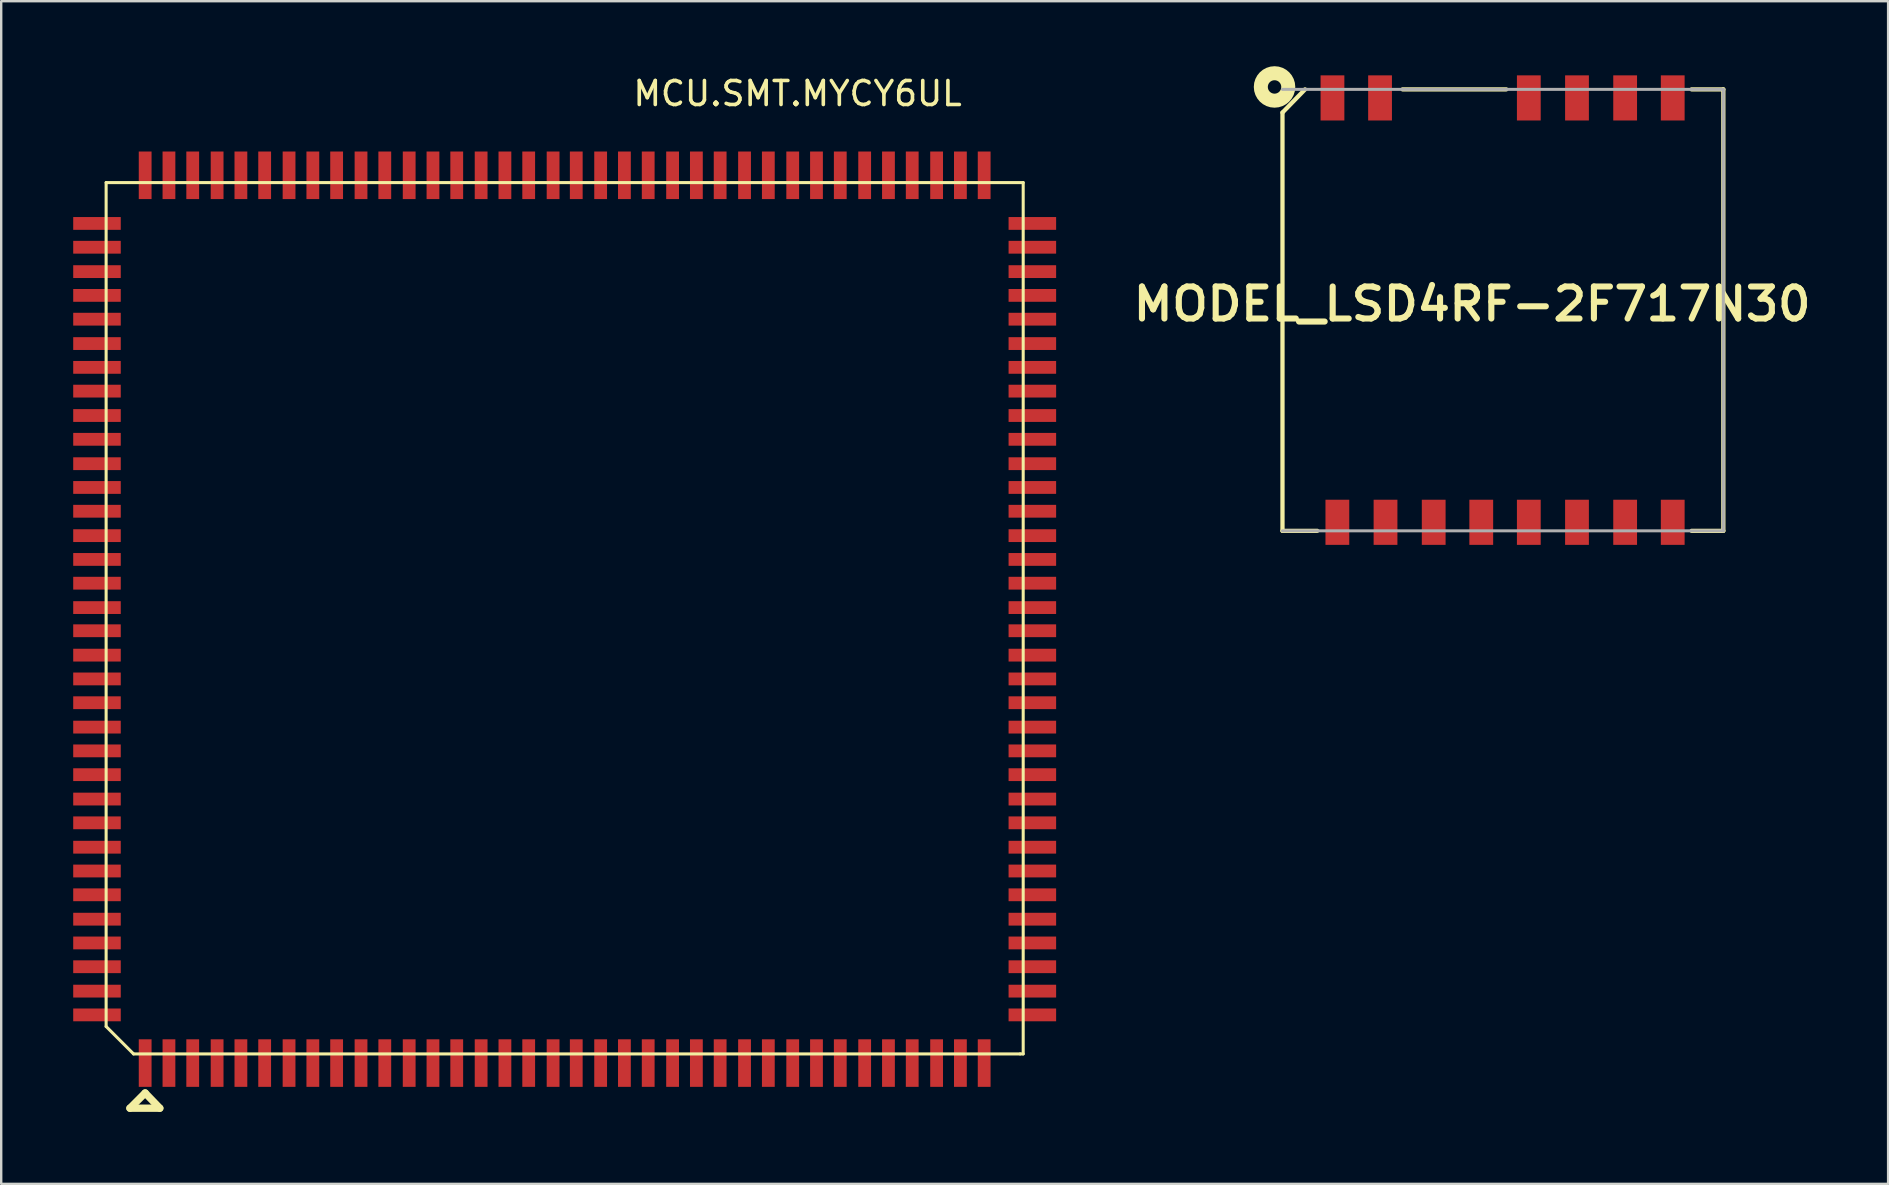
<source format=kicad_pcb>
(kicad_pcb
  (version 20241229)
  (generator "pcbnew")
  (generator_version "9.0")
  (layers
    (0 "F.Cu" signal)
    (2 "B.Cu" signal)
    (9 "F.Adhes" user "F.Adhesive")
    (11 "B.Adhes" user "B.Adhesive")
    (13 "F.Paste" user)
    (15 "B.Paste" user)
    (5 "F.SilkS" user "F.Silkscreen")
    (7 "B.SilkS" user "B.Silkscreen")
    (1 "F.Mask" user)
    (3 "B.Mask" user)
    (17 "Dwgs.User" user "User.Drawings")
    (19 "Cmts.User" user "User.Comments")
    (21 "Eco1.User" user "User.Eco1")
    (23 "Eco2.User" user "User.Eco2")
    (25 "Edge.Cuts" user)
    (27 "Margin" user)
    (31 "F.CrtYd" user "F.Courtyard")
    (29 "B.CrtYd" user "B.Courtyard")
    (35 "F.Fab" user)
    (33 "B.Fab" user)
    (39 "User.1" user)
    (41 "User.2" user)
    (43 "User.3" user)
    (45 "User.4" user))
  (footprint "MODEL_LSD4RF-2F717N30"
    (layer "F.Cu")
    (at 59.543 9.868)
    (property "Reference" "MODEL_LSD4RF-2F717N30" (at -1.27 -0.254 0) (unlocked yes) (layer "F.SilkS") (effects (font (size 1.333 1.402) (thickness 0.254))))
    (attr smd)
    (fp_line (start -9.169 -8.23) (end -8.23 -9.195) (stroke (width 0.178) (type solid)) (layer "F.SilkS"))
    (fp_line (start -9.169 9.195) (end -9.169 -8.23) (stroke (width 0.178) (type solid)) (layer "F.SilkS"))
    (fp_line (start -9.169 9.195) (end -7.722 9.195) (stroke (width 0.178) (type solid)) (layer "F.SilkS"))
    (fp_line (start -4.166 -9.195) (end 0.152 -9.195) (stroke (width 0.178) (type solid)) (layer "F.SilkS"))
    (fp_line (start 7.874 -9.195) (end 9.195 -9.195) (stroke (width 0.178) (type solid)) (layer "F.SilkS"))
    (fp_line (start 7.874 9.195) (end 9.195 9.195) (stroke (width 0.178) (type solid)) (layer "F.SilkS"))
    (fp_line (start 9.195 9.195) (end 9.195 -9.195) (stroke (width 0.178) (type solid)) (layer "F.SilkS"))
    (fp_circle (center -9.5 -9.296) (end -9.22 -9.296) (stroke (width 0.584) (type solid)) (fill no) (layer "F.SilkS"))
    (fp_line (start -9.169 -9.195) (end 9.195 -9.195) (stroke (width 0.127) (type solid)) (layer "F.Fab"))
    (fp_line (start -9.169 9.195) (end 9.195 9.195) (stroke (width 0.127) (type solid)) (layer "F.Fab"))
    (fp_line (start 9.195 9.195) (end 9.195 -9.195) (stroke (width 0.127) (type solid)) (layer "F.Fab"))
    (pad "1" smd rect (at -6.883 8.839) (size 0.991 1.88) (layers "F.Cu" "F.Mask" "F.Paste"))
    (pad "2" smd rect (at -4.877 8.839) (size 0.991 1.88) (layers "F.Cu" "F.Mask" "F.Paste"))
    (pad "3" smd rect (at -2.87 8.839) (size 0.991 1.88) (layers "F.Cu" "F.Mask" "F.Paste"))
    (pad "4" smd rect (at -0.889 8.839) (size 0.991 1.88) (layers "F.Cu" "F.Mask" "F.Paste"))
    (pad "5" smd rect (at 1.092 8.839) (size 0.991 1.88) (layers "F.Cu" "F.Mask" "F.Paste"))
    (pad "6" smd rect (at 3.099 8.839) (size 0.991 1.88) (layers "F.Cu" "F.Mask" "F.Paste"))
    (pad "7" smd rect (at 5.105 8.839) (size 0.991 1.88) (layers "F.Cu" "F.Mask" "F.Paste"))
    (pad "8" smd rect (at 7.087 8.839) (size 0.991 1.88) (layers "F.Cu" "F.Mask" "F.Paste"))
    (pad "9" smd rect (at 7.087 -8.839) (size 0.991 1.88) (layers "F.Cu" "F.Mask" "F.Paste"))
    (pad "10" smd rect (at 5.105 -8.839) (size 0.991 1.88) (layers "F.Cu" "F.Mask" "F.Paste"))
    (pad "11" smd rect (at 3.099 -8.839) (size 0.991 1.88) (layers "F.Cu" "F.Mask" "F.Paste"))
    (pad "12" smd rect (at 1.092 -8.839) (size 0.991 1.88) (layers "F.Cu" "F.Mask" "F.Paste"))
    (pad "13" smd rect (at -5.105 -8.839) (size 0.991 1.88) (layers "F.Cu" "F.Mask" "F.Paste"))
    (pad "14" smd rect (at -7.087 -8.839) (size 0.991 1.88) (layers "F.Cu" "F.Mask" "F.Paste")))
  (footprint "MCU.SMT.MYCY6UL"
    (layer "F.Cu")
    (at 20.777 21.168)
    (property "Reference" "MCU.SMT.MYCY6UL" (at 9.398 -20.32 0) (layer "F.SilkS") (effects (font (size 1 1) (thickness 0.15))))
    (attr through_hole)
    (fp_line (start -19.406 -16.612) (end 18.796 -16.612) (stroke (width 0.127) (type solid)) (layer "F.SilkS"))
    (fp_line (start -19.406 18.542) (end -19.406 -16.612) (stroke (width 0.127) (type solid)) (layer "F.SilkS"))
    (fp_line (start -19.406 18.542) (end -18.263 19.685) (stroke (width 0.127) (type solid)) (layer "F.SilkS"))
    (fp_line (start -18.415 21.946) (end -17.78 21.311) (stroke (width 0.305) (type solid)) (layer "F.SilkS"))
    (fp_line (start -18.415 21.946) (end -17.17 21.946) (stroke (width 0.305) (type solid)) (layer "F.SilkS"))
    (fp_line (start -18.263 19.685) (end 18.669 19.685) (stroke (width 0.127) (type solid)) (layer "F.SilkS"))
    (fp_line (start -17.78 21.311) (end -17.17 21.946) (stroke (width 0.305) (type solid)) (layer "F.SilkS"))
    (fp_line (start 18.669 19.685) (end 18.796 19.685) (stroke (width 0.127) (type solid)) (layer "F.SilkS"))
    (fp_line (start 18.796 19.685) (end 18.796 -16.612) (stroke (width 0.127) (type solid)) (layer "F.SilkS"))
    (pad "1" smd rect (at -17.78 20.066 180) (size 0.533 1.981) (layers "F.Cu" "F.Mask" "F.Paste"))
    (pad "2" smd rect (at -16.789 20.066 180) (size 0.533 1.981) (layers "F.Cu" "F.Mask" "F.Paste"))
    (pad "3" smd rect (at -15.799 20.066 180) (size 0.533 1.981) (layers "F.Cu" "F.Mask" "F.Paste"))
    (pad "4" smd rect (at -14.783 20.066 180) (size 0.533 1.981) (layers "F.Cu" "F.Mask" "F.Paste"))
    (pad "5" smd rect (at -13.792 20.066 180) (size 0.533 1.981) (layers "F.Cu" "F.Mask" "F.Paste"))
    (pad "6" smd rect (at -12.802 20.066 180) (size 0.533 1.981) (layers "F.Cu" "F.Mask" "F.Paste"))
    (pad "7" smd rect (at -11.786 20.066 180) (size 0.533 1.981) (layers "F.Cu" "F.Mask" "F.Paste"))
    (pad "8" smd rect (at -10.795 20.066 180) (size 0.533 1.981) (layers "F.Cu" "F.Mask" "F.Paste"))
    (pad "9" smd rect (at -9.804 20.066 180) (size 0.533 1.981) (layers "F.Cu" "F.Mask" "F.Paste"))
    (pad "10" smd rect (at -8.788 20.066 180) (size 0.533 1.981) (layers "F.Cu" "F.Mask" "F.Paste"))
    (pad "11" smd rect (at -7.798 20.066 180) (size 0.533 1.981) (layers "F.Cu" "F.Mask" "F.Paste"))
    (pad "12" smd rect (at -6.782 20.066 180) (size 0.533 1.981) (layers "F.Cu" "F.Mask" "F.Paste"))
    (pad "13" smd rect (at -5.791 20.066 180) (size 0.533 1.981) (layers "F.Cu" "F.Mask" "F.Paste"))
    (pad "14" smd rect (at -4.801 20.066 180) (size 0.533 1.981) (layers "F.Cu" "F.Mask" "F.Paste"))
    (pad "15" smd rect (at -3.785 20.066 180) (size 0.533 1.981) (layers "F.Cu" "F.Mask" "F.Paste"))
    (pad "16" smd rect (at -2.794 20.066 180) (size 0.533 1.981) (layers "F.Cu" "F.Mask" "F.Paste"))
    (pad "17" smd rect (at -1.803 20.066 180) (size 0.533 1.981) (layers "F.Cu" "F.Mask" "F.Paste"))
    (pad "18" smd rect (at -0.787 20.066 180) (size 0.533 1.981) (layers "F.Cu" "F.Mask" "F.Paste"))
    (pad "19" smd rect (at 0.178 20.066 180) (size 0.533 1.981) (layers "F.Cu" "F.Mask" "F.Paste"))
    (pad "20" smd rect (at 1.194 20.066 180) (size 0.533 1.981) (layers "F.Cu" "F.Mask" "F.Paste"))
    (pad "21" smd rect (at 2.184 20.066 180) (size 0.533 1.981) (layers "F.Cu" "F.Mask" "F.Paste"))
    (pad "22" smd rect (at 3.175 20.066 180) (size 0.533 1.981) (layers "F.Cu" "F.Mask" "F.Paste"))
    (pad "23" smd rect (at 4.191 20.066 180) (size 0.533 1.981) (layers "F.Cu" "F.Mask" "F.Paste"))
    (pad "24" smd rect (at 5.182 20.066 180) (size 0.533 1.981) (layers "F.Cu" "F.Mask" "F.Paste"))
    (pad "25" smd rect (at 6.172 20.066 180) (size 0.533 1.981) (layers "F.Cu" "F.Mask" "F.Paste"))
    (pad "26" smd rect (at 7.188 20.066 180) (size 0.533 1.981) (layers "F.Cu" "F.Mask" "F.Paste"))
    (pad "27" smd rect (at 8.179 20.066 180) (size 0.533 1.981) (layers "F.Cu" "F.Mask" "F.Paste"))
    (pad "28" smd rect (at 9.195 20.066 180) (size 0.533 1.981) (layers "F.Cu" "F.Mask" "F.Paste"))
    (pad "29" smd rect (at 10.185 20.066 180) (size 0.533 1.981) (layers "F.Cu" "F.Mask" "F.Paste"))
    (pad "30" smd rect (at 11.176 20.066 180) (size 0.533 1.981) (layers "F.Cu" "F.Mask" "F.Paste"))
    (pad "31" smd rect (at 12.192 20.066 180) (size 0.533 1.981) (layers "F.Cu" "F.Mask" "F.Paste"))
    (pad "32" smd rect (at 13.183 20.066 180) (size 0.533 1.981) (layers "F.Cu" "F.Mask" "F.Paste"))
    (pad "33" smd rect (at 14.173 20.066 180) (size 0.533 1.981) (layers "F.Cu" "F.Mask" "F.Paste"))
    (pad "34" smd rect (at 15.189 20.066 180) (size 0.533 1.981) (layers "F.Cu" "F.Mask" "F.Paste"))
    (pad "35" smd rect (at 16.18 20.066 180) (size 0.533 1.981) (layers "F.Cu" "F.Mask" "F.Paste"))
    (pad "36" smd rect (at 17.17 20.066 180) (size 0.533 1.981) (layers "F.Cu" "F.Mask" "F.Paste"))
    (pad "37" smd rect (at 19.177 18.059 270) (size 0.533 1.981) (layers "F.Cu" "F.Mask" "F.Paste"))
    (pad "38" smd rect (at 19.177 17.069 270) (size 0.533 1.981) (layers "F.Cu" "F.Mask" "F.Paste"))
    (pad "39" smd rect (at 19.177 16.053 270) (size 0.533 1.981) (layers "F.Cu" "F.Mask" "F.Paste"))
    (pad "40" smd rect (at 19.177 15.062 270) (size 0.533 1.981) (layers "F.Cu" "F.Mask" "F.Paste"))
    (pad "41" smd rect (at 19.177 14.072 270) (size 0.533 1.981) (layers "F.Cu" "F.Mask" "F.Paste"))
    (pad "42" smd rect (at 19.177 13.056 270) (size 0.533 1.981) (layers "F.Cu" "F.Mask" "F.Paste"))
    (pad "43" smd rect (at 19.177 12.065 270) (size 0.533 1.981) (layers "F.Cu" "F.Mask" "F.Paste"))
    (pad "44" smd rect (at 19.177 11.074 270) (size 0.533 1.981) (layers "F.Cu" "F.Mask" "F.Paste"))
    (pad "45" smd rect (at 19.177 10.058 270) (size 0.533 1.981) (layers "F.Cu" "F.Mask" "F.Paste"))
    (pad "46" smd rect (at 19.177 9.068 270) (size 0.533 1.981) (layers "F.Cu" "F.Mask" "F.Paste"))
    (pad "47" smd rect (at 19.177 8.052 270) (size 0.533 1.981) (layers "F.Cu" "F.Mask" "F.Paste"))
    (pad "48" smd rect (at 19.177 7.061 270) (size 0.533 1.981) (layers "F.Cu" "F.Mask" "F.Paste"))
    (pad "49" smd rect (at 19.177 6.071 270) (size 0.533 1.981) (layers "F.Cu" "F.Mask" "F.Paste"))
    (pad "50" smd rect (at 19.177 5.055 270) (size 0.533 1.981) (layers "F.Cu" "F.Mask" "F.Paste"))
    (pad "51" smd rect (at 19.177 4.064 270) (size 0.533 1.981) (layers "F.Cu" "F.Mask" "F.Paste"))
    (pad "52" smd rect (at 19.177 3.073 270) (size 0.533 1.981) (layers "F.Cu" "F.Mask" "F.Paste"))
    (pad "53" smd rect (at 19.177 2.057 270) (size 0.533 1.981) (layers "F.Cu" "F.Mask" "F.Paste"))
    (pad "54" smd rect (at 19.177 1.092 270) (size 0.533 1.981) (layers "F.Cu" "F.Mask" "F.Paste"))
    (pad "55" smd rect (at 19.177 0.076 270) (size 0.533 1.981) (layers "F.Cu" "F.Mask" "F.Paste"))
    (pad "56" smd rect (at 19.177 -0.914 270) (size 0.533 1.981) (layers "F.Cu" "F.Mask" "F.Paste"))
    (pad "57" smd rect (at 19.177 -1.905 270) (size 0.533 1.981) (layers "F.Cu" "F.Mask" "F.Paste"))
    (pad "58" smd rect (at 19.177 -2.921 270) (size 0.533 1.981) (layers "F.Cu" "F.Mask" "F.Paste"))
    (pad "59" smd rect (at 19.177 -3.912 270) (size 0.533 1.981) (layers "F.Cu" "F.Mask" "F.Paste"))
    (pad "60" smd rect (at 19.177 -4.902 270) (size 0.533 1.981) (layers "F.Cu" "F.Mask" "F.Paste"))
    (pad "61" smd rect (at 19.177 -5.918 270) (size 0.533 1.981) (layers "F.Cu" "F.Mask" "F.Paste"))
    (pad "62" smd rect (at 19.177 -6.909 270) (size 0.533 1.981) (layers "F.Cu" "F.Mask" "F.Paste"))
    (pad "63" smd rect (at 19.177 -7.925 270) (size 0.533 1.981) (layers "F.Cu" "F.Mask" "F.Paste"))
    (pad "64" smd rect (at 19.177 -8.915 270) (size 0.533 1.981) (layers "F.Cu" "F.Mask" "F.Paste"))
    (pad "65" smd rect (at 19.177 -9.906 270) (size 0.533 1.981) (layers "F.Cu" "F.Mask" "F.Paste"))
    (pad "66" smd rect (at 19.177 -10.922 270) (size 0.533 1.981) (layers "F.Cu" "F.Mask" "F.Paste"))
    (pad "67" smd rect (at 19.177 -11.913 270) (size 0.533 1.981) (layers "F.Cu" "F.Mask" "F.Paste"))
    (pad "68" smd rect (at 19.177 -12.903 270) (size 0.533 1.981) (layers "F.Cu" "F.Mask" "F.Paste"))
    (pad "69" smd rect (at 19.177 -13.919 270) (size 0.533 1.981) (layers "F.Cu" "F.Mask" "F.Paste"))
    (pad "70" smd rect (at 19.177 -14.91 270) (size 0.533 1.981) (layers "F.Cu" "F.Mask" "F.Paste"))
    (pad "71" smd rect (at 17.17 -16.916 180) (size 0.533 1.981) (layers "F.Cu" "F.Mask" "F.Paste"))
    (pad "72" smd rect (at 16.18 -16.916 180) (size 0.533 1.981) (layers "F.Cu" "F.Mask" "F.Paste"))
    (pad "73" smd rect (at 15.189 -16.916 180) (size 0.533 1.981) (layers "F.Cu" "F.Mask" "F.Paste"))
    (pad "74" smd rect (at 14.173 -16.916 180) (size 0.533 1.981) (layers "F.Cu" "F.Mask" "F.Paste"))
    (pad "75" smd rect (at 13.183 -16.916 180) (size 0.533 1.981) (layers "F.Cu" "F.Mask" "F.Paste"))
    (pad "76" smd rect (at 12.192 -16.916 180) (size 0.533 1.981) (layers "F.Cu" "F.Mask" "F.Paste"))
    (pad "77" smd rect (at 11.176 -16.916 180) (size 0.533 1.981) (layers "F.Cu" "F.Mask" "F.Paste"))
    (pad "78" smd rect (at 10.185 -16.916 180) (size 0.533 1.981) (layers "F.Cu" "F.Mask" "F.Paste"))
    (pad "79" smd rect (at 9.195 -16.916 180) (size 0.533 1.981) (layers "F.Cu" "F.Mask" "F.Paste"))
    (pad "80" smd rect (at 8.179 -16.916 180) (size 0.533 1.981) (layers "F.Cu" "F.Mask" "F.Paste"))
    (pad "81" smd rect (at 7.188 -16.916 180) (size 0.533 1.981) (layers "F.Cu" "F.Mask" "F.Paste"))
    (pad "82" smd rect (at 6.172 -16.916 180) (size 0.533 1.981) (layers "F.Cu" "F.Mask" "F.Paste"))
    (pad "83" smd rect (at 5.182 -16.916 180) (size 0.533 1.981) (layers "F.Cu" "F.Mask" "F.Paste"))
    (pad "84" smd rect (at 4.191 -16.916 180) (size 0.533 1.981) (layers "F.Cu" "F.Mask" "F.Paste"))
    (pad "85" smd rect (at 3.175 -16.916 180) (size 0.533 1.981) (layers "F.Cu" "F.Mask" "F.Paste"))
    (pad "86" smd rect (at 2.184 -16.916 180) (size 0.533 1.981) (layers "F.Cu" "F.Mask" "F.Paste"))
    (pad "87" smd rect (at 1.194 -16.916 180) (size 0.533 1.981) (layers "F.Cu" "F.Mask" "F.Paste"))
    (pad "88" smd rect (at 0.178 -16.916 180) (size 0.533 1.981) (layers "F.Cu" "F.Mask" "F.Paste"))
    (pad "89" smd rect (at -0.787 -16.916 180) (size 0.533 1.981) (layers "F.Cu" "F.Mask" "F.Paste"))
    (pad "90" smd rect (at -1.803 -16.916 180) (size 0.533 1.981) (layers "F.Cu" "F.Mask" "F.Paste"))
    (pad "91" smd rect (at -2.794 -16.916 180) (size 0.533 1.981) (layers "F.Cu" "F.Mask" "F.Paste"))
    (pad "92" smd rect (at -3.785 -16.916 180) (size 0.533 1.981) (layers "F.Cu" "F.Mask" "F.Paste"))
    (pad "93" smd rect (at -4.801 -16.916 180) (size 0.533 1.981) (layers "F.Cu" "F.Mask" "F.Paste"))
    (pad "94" smd rect (at -5.791 -16.916 180) (size 0.533 1.981) (layers "F.Cu" "F.Mask" "F.Paste"))
    (pad "95" smd rect (at -6.782 -16.916 180) (size 0.533 1.981) (layers "F.Cu" "F.Mask" "F.Paste"))
    (pad "96" smd rect (at -7.798 -16.916 180) (size 0.533 1.981) (layers "F.Cu" "F.Mask" "F.Paste"))
    (pad "97" smd rect (at -8.788 -16.916 180) (size 0.533 1.981) (layers "F.Cu" "F.Mask" "F.Paste"))
    (pad "98" smd rect (at -9.804 -16.916 180) (size 0.533 1.981) (layers "F.Cu" "F.Mask" "F.Paste"))
    (pad "99" smd rect (at -10.795 -16.916 180) (size 0.533 1.981) (layers "F.Cu" "F.Mask" "F.Paste"))
    (pad "100" smd rect (at -11.786 -16.916 180) (size 0.533 1.981) (layers "F.Cu" "F.Mask" "F.Paste"))
    (pad "101" smd rect (at -12.802 -16.916 180) (size 0.533 1.981) (layers "F.Cu" "F.Mask" "F.Paste"))
    (pad "102" smd rect (at -13.792 -16.916 180) (size 0.533 1.981) (layers "F.Cu" "F.Mask" "F.Paste"))
    (pad "103" smd rect (at -14.783 -16.916 180) (size 0.533 1.981) (layers "F.Cu" "F.Mask" "F.Paste"))
    (pad "104" smd rect (at -15.799 -16.916 180) (size 0.533 1.981) (layers "F.Cu" "F.Mask" "F.Paste"))
    (pad "105" smd rect (at -16.789 -16.916 180) (size 0.533 1.981) (layers "F.Cu" "F.Mask" "F.Paste"))
    (pad "106" smd rect (at -17.78 -16.916 180) (size 0.533 1.981) (layers "F.Cu" "F.Mask" "F.Paste"))
    (pad "107" smd rect (at -19.787 -14.91 270) (size 0.533 1.981) (layers "F.Cu" "F.Mask" "F.Paste"))
    (pad "108" smd rect (at -19.787 -13.919 270) (size 0.533 1.981) (layers "F.Cu" "F.Mask" "F.Paste"))
    (pad "109" smd rect (at -19.787 -12.903 270) (size 0.533 1.981) (layers "F.Cu" "F.Mask" "F.Paste"))
    (pad "110" smd rect (at -19.787 -11.913 270) (size 0.533 1.981) (layers "F.Cu" "F.Mask" "F.Paste"))
    (pad "111" smd rect (at -19.787 -10.922 270) (size 0.533 1.981) (layers "F.Cu" "F.Mask" "F.Paste"))
    (pad "112" smd rect (at -19.787 -9.906 270) (size 0.533 1.981) (layers "F.Cu" "F.Mask" "F.Paste"))
    (pad "113" smd rect (at -19.787 -8.915 270) (size 0.533 1.981) (layers "F.Cu" "F.Mask" "F.Paste"))
    (pad "114" smd rect (at -19.787 -7.925 270) (size 0.533 1.981) (layers "F.Cu" "F.Mask" "F.Paste"))
    (pad "115" smd rect (at -19.787 -6.909 270) (size 0.533 1.981) (layers "F.Cu" "F.Mask" "F.Paste"))
    (pad "116" smd rect (at -19.787 -5.918 270) (size 0.533 1.981) (layers "F.Cu" "F.Mask" "F.Paste"))
    (pad "117" smd rect (at -19.787 -4.902 270) (size 0.533 1.981) (layers "F.Cu" "F.Mask" "F.Paste"))
    (pad "118" smd rect (at -19.787 -3.912 270) (size 0.533 1.981) (layers "F.Cu" "F.Mask" "F.Paste"))
    (pad "119" smd rect (at -19.787 -2.921 270) (size 0.533 1.981) (layers "F.Cu" "F.Mask" "F.Paste"))
    (pad "120" smd rect (at -19.787 -1.905 270) (size 0.533 1.981) (layers "F.Cu" "F.Mask" "F.Paste"))
    (pad "121" smd rect (at -19.787 -0.914 270) (size 0.533 1.981) (layers "F.Cu" "F.Mask" "F.Paste"))
    (pad "122" smd rect (at -19.787 0.076 270) (size 0.533 1.981) (layers "F.Cu" "F.Mask" "F.Paste"))
    (pad "123" smd rect (at -19.787 1.092 270) (size 0.533 1.981) (layers "F.Cu" "F.Mask" "F.Paste"))
    (pad "124" smd rect (at -19.787 2.057 270) (size 0.533 1.981) (layers "F.Cu" "F.Mask" "F.Paste"))
    (pad "125" smd rect (at -19.787 3.073 270) (size 0.533 1.981) (layers "F.Cu" "F.Mask" "F.Paste"))
    (pad "126" smd rect (at -19.787 4.064 270) (size 0.533 1.981) (layers "F.Cu" "F.Mask" "F.Paste"))
    (pad "127" smd rect (at -19.787 5.055 270) (size 0.533 1.981) (layers "F.Cu" "F.Mask" "F.Paste"))
    (pad "128" smd rect (at -19.787 6.071 270) (size 0.533 1.981) (layers "F.Cu" "F.Mask" "F.Paste"))
    (pad "129" smd rect (at -19.787 7.061 270) (size 0.533 1.981) (layers "F.Cu" "F.Mask" "F.Paste"))
    (pad "130" smd rect (at -19.787 8.052 270) (size 0.533 1.981) (layers "F.Cu" "F.Mask" "F.Paste"))
    (pad "131" smd rect (at -19.787 9.068 270) (size 0.533 1.981) (layers "F.Cu" "F.Mask" "F.Paste"))
    (pad "132" smd rect (at -19.787 10.058 270) (size 0.533 1.981) (layers "F.Cu" "F.Mask" "F.Paste"))
    (pad "133" smd rect (at -19.787 11.074 270) (size 0.533 1.981) (layers "F.Cu" "F.Mask" "F.Paste"))
    (pad "134" smd rect (at -19.787 12.065 270) (size 0.533 1.981) (layers "F.Cu" "F.Mask" "F.Paste"))
    (pad "135" smd rect (at -19.787 13.056 270) (size 0.533 1.981) (layers "F.Cu" "F.Mask" "F.Paste"))
    (pad "136" smd rect (at -19.787 14.072 270) (size 0.533 1.981) (layers "F.Cu" "F.Mask" "F.Paste"))
    (pad "137" smd rect (at -19.787 15.062 270) (size 0.533 1.981) (layers "F.Cu" "F.Mask" "F.Paste"))
    (pad "138" smd rect (at -19.787 16.053 270) (size 0.533 1.981) (layers "F.Cu" "F.Mask" "F.Paste"))
    (pad "139" smd rect (at -19.787 17.069 270) (size 0.533 1.981) (layers "F.Cu" "F.Mask" "F.Paste"))
    (pad "140" smd rect (at -19.787 18.059 270) (size 0.533 1.981) (layers "F.Cu" "F.Mask" "F.Paste")))
  (gr_rect
    (start -3 -3)
    (end 75.602 46.266)
    (stroke (width 0.1) (type default))
    (fill no)
    (layer "Edge.Cuts")))
</source>
